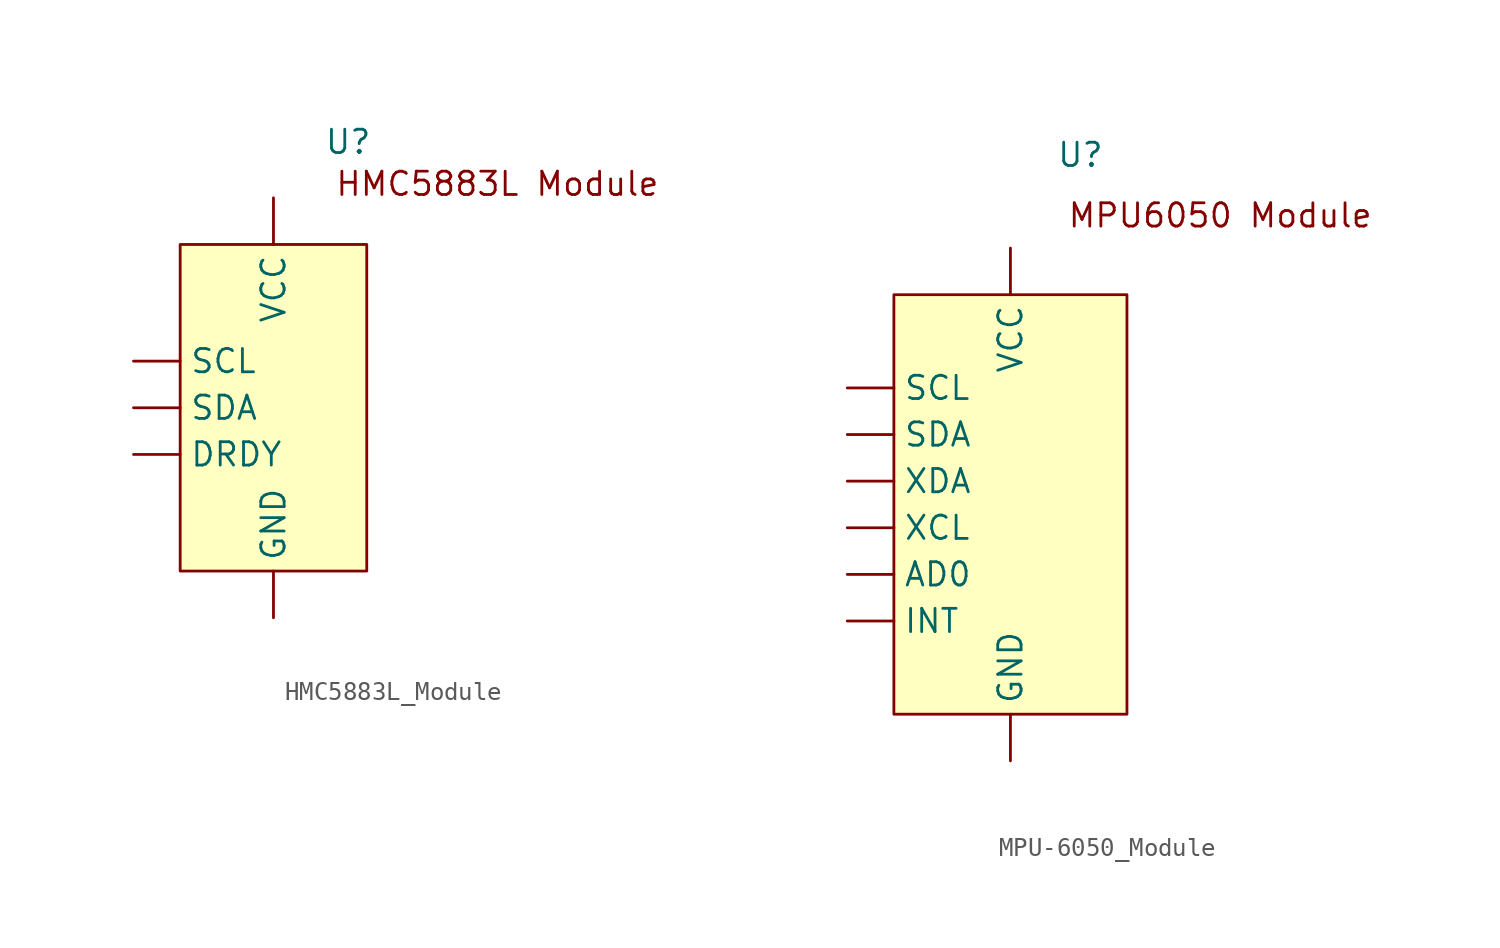
<source format=kicad_sym>
(kicad_symbol_lib
  (version 20231120)
  (generator "kicad_symbol_editor")
  (generator_version "8.0")
  (symbol "HMC5883L_Module"
    (property "Reference" "U"
      (at 4.064 14.478 0)
      (effects (font (size 1.27 1.27))))
    (property "Value" ""
      (at 0 -3.81 0)
      (effects (font (size 1.27 1.27))))
    (symbol "HMC5883L_Module_1_1"
      (rectangle (start -5.08 8.89) (end 5.08 -8.89) (stroke (width 0) (type default)) (fill (type background)))
      (text "HMC5883L Module" (at 12.192 12.192 0) (effects (font (size 1.27 1.27))))
      (pin bidirectional line (at -7.62 -2.54 0) (length 2.54) (name "DRDY" (effects (font (size 1.27 1.27)))) (number "" (effects (font (size 1.27 1.27)))))
      (pin bidirectional line (at 0 -11.43 90) (length 2.54) (name "GND" (effects (font (size 1.27 1.27)))) (number "" (effects (font (size 1.27 1.27)))))
      (pin bidirectional line (at -7.62 2.54 0) (length 2.54) (name "SCL" (effects (font (size 1.27 1.27)))) (number "" (effects (font (size 1.27 1.27)))))
      (pin bidirectional line (at -7.62 0 0) (length 2.54) (name "SDA" (effects (font (size 1.27 1.27)))) (number "" (effects (font (size 1.27 1.27)))))
      (pin power_in line (at 0 11.43 270) (length 2.54) (name "VCC" (effects (font (size 1.27 1.27)))) (number "" (effects (font (size 1.27 1.27)))))))
  (symbol "MPU-6050_Module"
    (property "Reference" "U"
      (at 3.81 19.05 0)
      (effects (font (size 1.27 1.27))))
    (property "Value" ""
      (at 6.35 -1.27 0)
      (effects (font (size 1.27 1.27))))
    (symbol "MPU-6050_Module_0_1"
      (rectangle (start -6.35 11.43) (end 6.35 -11.43) (stroke (width 0) (type default)) (fill (type background))))
    (symbol "MPU-6050_Module_1_1"
      (text "MPU6050 Module" (at 11.43 15.748 0) (effects (font (size 1.27 1.27))))
      (pin input line (at -8.89 -3.81 0) (length 2.54) (name "AD0" (effects (font (size 1.27 1.27)))) (number "" (effects (font (size 1.27 1.27)))))
      (pin bidirectional line (at 0 -13.97 90) (length 2.54) (name "GND" (effects (font (size 1.27 1.27)))) (number "" (effects (font (size 1.27 1.27)))))
      (pin output line (at -8.89 -6.35 0) (length 2.54) (name "INT" (effects (font (size 1.27 1.27)))) (number "" (effects (font (size 1.27 1.27)))))
      (pin bidirectional line (at -8.89 6.35 0) (length 2.54) (name "SCL" (effects (font (size 1.27 1.27)))) (number "" (effects (font (size 1.27 1.27)))))
      (pin bidirectional line (at -8.89 3.81 0) (length 2.54) (name "SDA" (effects (font (size 1.27 1.27)))) (number "" (effects (font (size 1.27 1.27)))))
      (pin power_in line (at 0 13.97 270) (length 2.54) (name "VCC" (effects (font (size 1.27 1.27)))) (number "" (effects (font (size 1.27 1.27)))))
      (pin bidirectional line (at -8.89 -1.27 0) (length 2.54) (name "XCL" (effects (font (size 1.27 1.27)))) (number "" (effects (font (size 1.27 1.27)))))
      (pin bidirectional line (at -8.89 1.27 0) (length 2.54) (name "XDA" (effects (font (size 1.27 1.27)))) (number "" (effects (font (size 1.27 1.27))))))))
</source>
